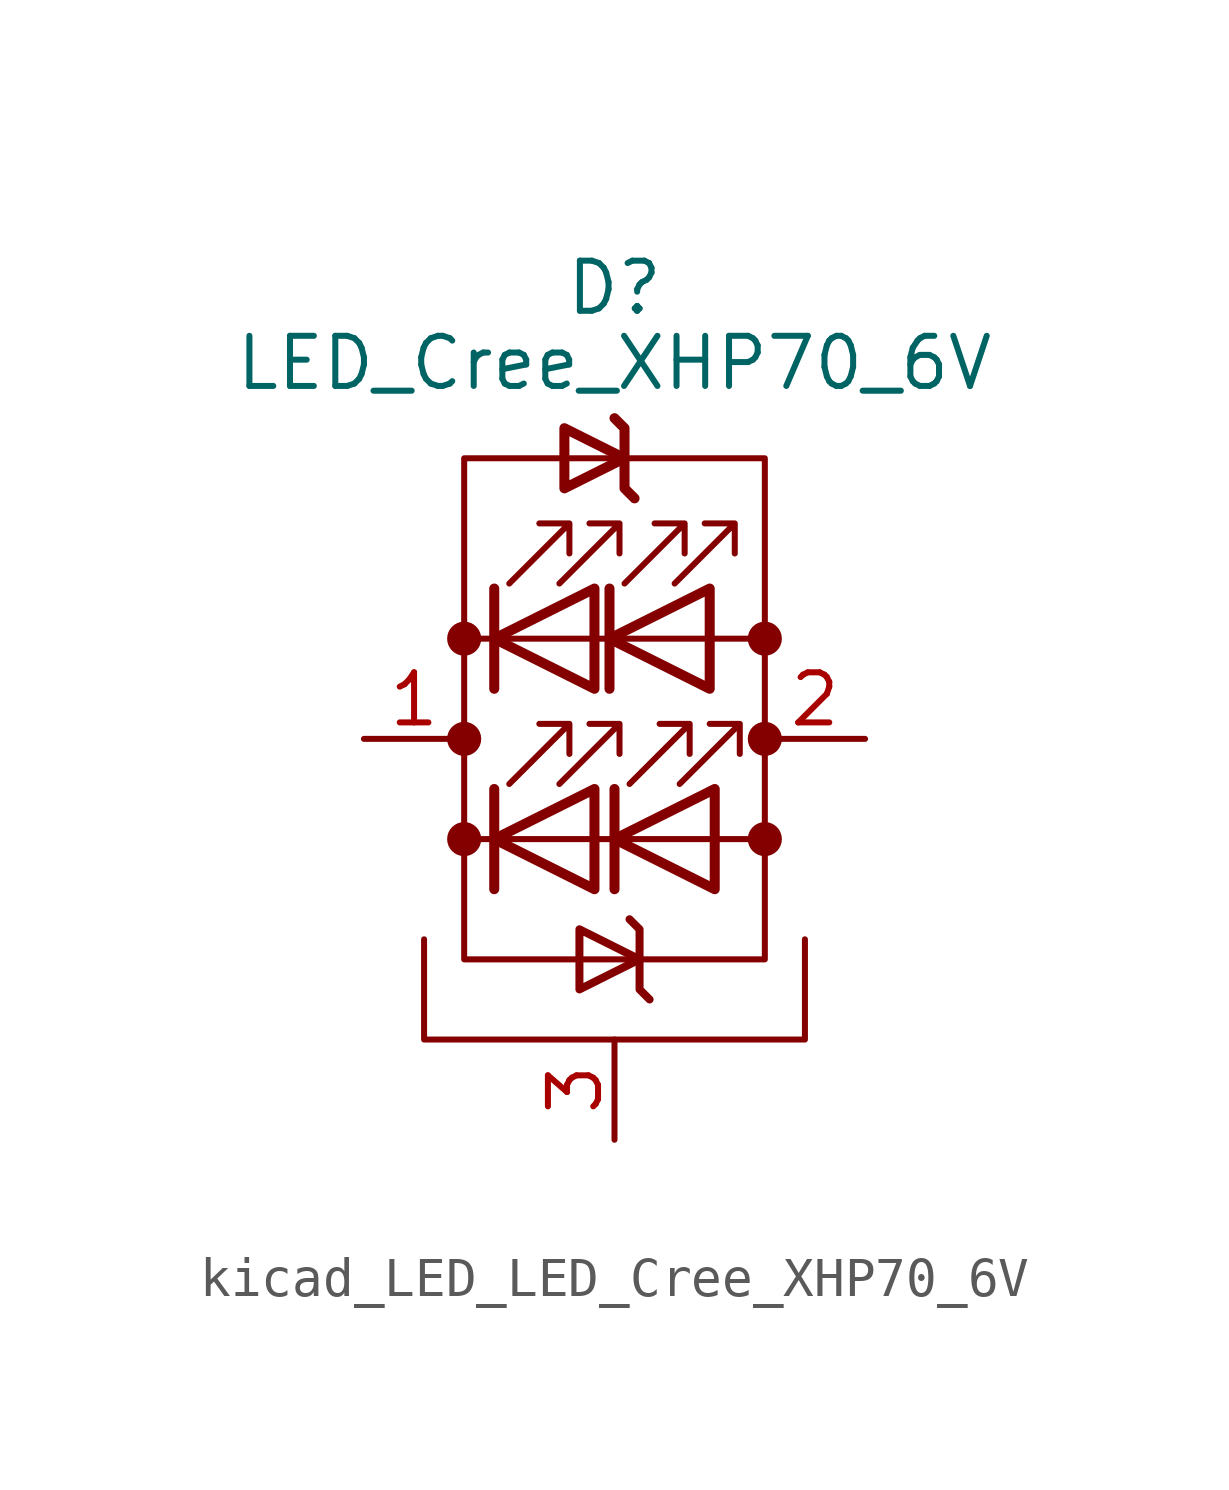
<source format=kicad_sym>
(kicad_symbol_lib
  (version 20220914)
  (generator kicad_symbol_editor)
  (symbol "kicad_LED_LED_Cree_XHP70_6V"
    (pin_names
      (offset 1.016) hide)
    (property "Reference" "D"
      (at 0 11.43 0)
      (effects (font (size 1.27 1.27))))
    (property "Value" "LED_Cree_XHP70_6V"
      (at 0 9.525 0)
      (effects (font (size 1.27 1.27))))
    (symbol "kicad_LED_LED_Cree_XHP70_6V_0_1"
      (circle (center -3.81 -2.54) (radius 0.356) (stroke (width 0) (type default)) (fill (type outline)))
      (circle (center -3.81 0) (radius 0.356) (stroke (width 0) (type default)) (fill (type outline)))
      (circle (center -3.81 2.54) (radius 0.356) (stroke (width 0) (type default)) (fill (type outline)))
      (polyline (pts (xy -3.81 -2.54) (xy 3.81 -2.54)) (stroke (width 0) (type default)) (fill (type none)))
      (polyline (pts (xy -3.048 -3.81) (xy -3.048 -1.27)) (stroke (width 0.254) (type default)) (fill (type none)))
      (polyline (pts (xy -3.048 1.27) (xy -3.048 3.81)) (stroke (width 0.254) (type default)) (fill (type none)))
      (polyline (pts (xy -0.127 1.27) (xy -0.127 3.81)) (stroke (width 0.254) (type default)) (fill (type none)))
      (polyline (pts (xy 0 -3.81) (xy 0 -1.27)) (stroke (width 0.254) (type default)) (fill (type none)))
      (polyline (pts (xy 3.81 2.54) (xy -3.81 2.54)) (stroke (width 0) (type default)) (fill (type none)))
      (polyline (pts (xy -4.826 -5.08) (xy -4.826 -7.62) (xy 4.826 -7.62) (xy 4.826 -5.08)) (stroke (width 0) (type default)) (fill (type none)))
      (polyline (pts (xy -0.508 -3.81) (xy -0.508 -1.27) (xy -3.048 -2.54) (xy -0.508 -3.81)) (stroke (width 0.254) (type default)) (fill (type none)))
      (polyline (pts (xy -0.508 1.27) (xy -0.508 3.81) (xy -3.048 2.54) (xy -0.508 1.27)) (stroke (width 0.254) (type default)) (fill (type none)))
      (polyline (pts (xy 0.508 6.096) (xy 0.254 6.35) (xy 0.254 7.874) (xy 0 8.128)) (stroke (width 0.254) (type default)) (fill (type none)))
      (polyline (pts (xy 0.889 -6.604) (xy 0.635 -6.35) (xy 0.635 -4.826) (xy 0.381 -4.572)) (stroke (width 0.203) (type default)) (fill (type none)))
      (polyline (pts (xy 2.413 1.27) (xy 2.413 3.81) (xy -0.127 2.54) (xy 2.413 1.27)) (stroke (width 0.254) (type default)) (fill (type none)))
      (polyline (pts (xy 2.54 -3.81) (xy 2.54 -1.27) (xy 0 -2.54) (xy 2.54 -3.81)) (stroke (width 0.254) (type default)) (fill (type none)))
      (polyline (pts (xy -3.81 -5.588) (xy -3.81 7.112) (xy 3.81 7.112) (xy 3.81 -5.588) (xy -3.81 -5.588)) (stroke (width 0) (type default)) (fill (type none)))
      (polyline (pts (xy -2.667 -1.143) (xy -1.143 0.381) (xy -1.905 0.381) (xy -1.143 0.381) (xy -1.143 -0.381)) (stroke (width 0) (type default)) (fill (type none)))
      (polyline (pts (xy -2.667 3.937) (xy -1.143 5.461) (xy -1.905 5.461) (xy -1.143 5.461) (xy -1.143 4.699)) (stroke (width 0) (type default)) (fill (type none)))
      (polyline (pts (xy -1.397 -1.143) (xy 0.127 0.381) (xy -0.635 0.381) (xy 0.127 0.381) (xy 0.127 -0.381)) (stroke (width 0) (type default)) (fill (type none)))
      (polyline (pts (xy -1.397 3.937) (xy 0.127 5.461) (xy -0.635 5.461) (xy 0.127 5.461) (xy 0.127 4.699)) (stroke (width 0) (type default)) (fill (type none)))
      (polyline (pts (xy -1.27 6.35) (xy -1.27 7.874) (xy 0.254 7.112) (xy -1.27 6.35) (xy -1.27 6.604)) (stroke (width 0.254) (type default)) (fill (type none)))
      (polyline (pts (xy -0.889 -6.35) (xy -0.889 -4.826) (xy 0.635 -5.588) (xy -0.889 -6.35) (xy -0.889 -6.096)) (stroke (width 0.203) (type default)) (fill (type none)))
      (polyline (pts (xy 0.254 3.937) (xy 1.778 5.461) (xy 1.016 5.461) (xy 1.778 5.461) (xy 1.778 4.699)) (stroke (width 0) (type default)) (fill (type none)))
      (polyline (pts (xy 0.381 -1.143) (xy 1.905 0.381) (xy 1.143 0.381) (xy 1.905 0.381) (xy 1.905 -0.381)) (stroke (width 0) (type default)) (fill (type none)))
      (polyline (pts (xy 1.524 3.937) (xy 3.048 5.461) (xy 2.286 5.461) (xy 3.048 5.461) (xy 3.048 4.699)) (stroke (width 0) (type default)) (fill (type none)))
      (polyline (pts (xy 1.651 -1.143) (xy 3.175 0.381) (xy 2.413 0.381) (xy 3.175 0.381) (xy 3.175 -0.381)) (stroke (width 0) (type default)) (fill (type none)))
      (circle (center 3.81 -2.54) (radius 0.356) (stroke (width 0) (type default)) (fill (type outline)))
      (circle (center 3.81 0) (radius 0.356) (stroke (width 0) (type default)) (fill (type outline)))
      (circle (center 3.81 2.54) (radius 0.356) (stroke (width 0) (type default)) (fill (type outline))))
    (symbol "kicad_LED_LED_Cree_XHP70_6V_1_1"
      (pin passive line (at -6.35 0 0) (length 2.54) (name "K" (effects (font (size 1.27 1.27)))) (number "1" (effects (font (size 1.27 1.27)))))
      (pin passive line (at 6.35 0 180) (length 2.54) (name "A" (effects (font (size 1.27 1.27)))) (number "2" (effects (font (size 1.27 1.27)))))
      (pin passive line (at 0 -10.16 90) (length 2.54) (name "PAD" (effects (font (size 1.27 1.27)))) (number "3" (effects (font (size 1.27 1.27))))))))
</source>
